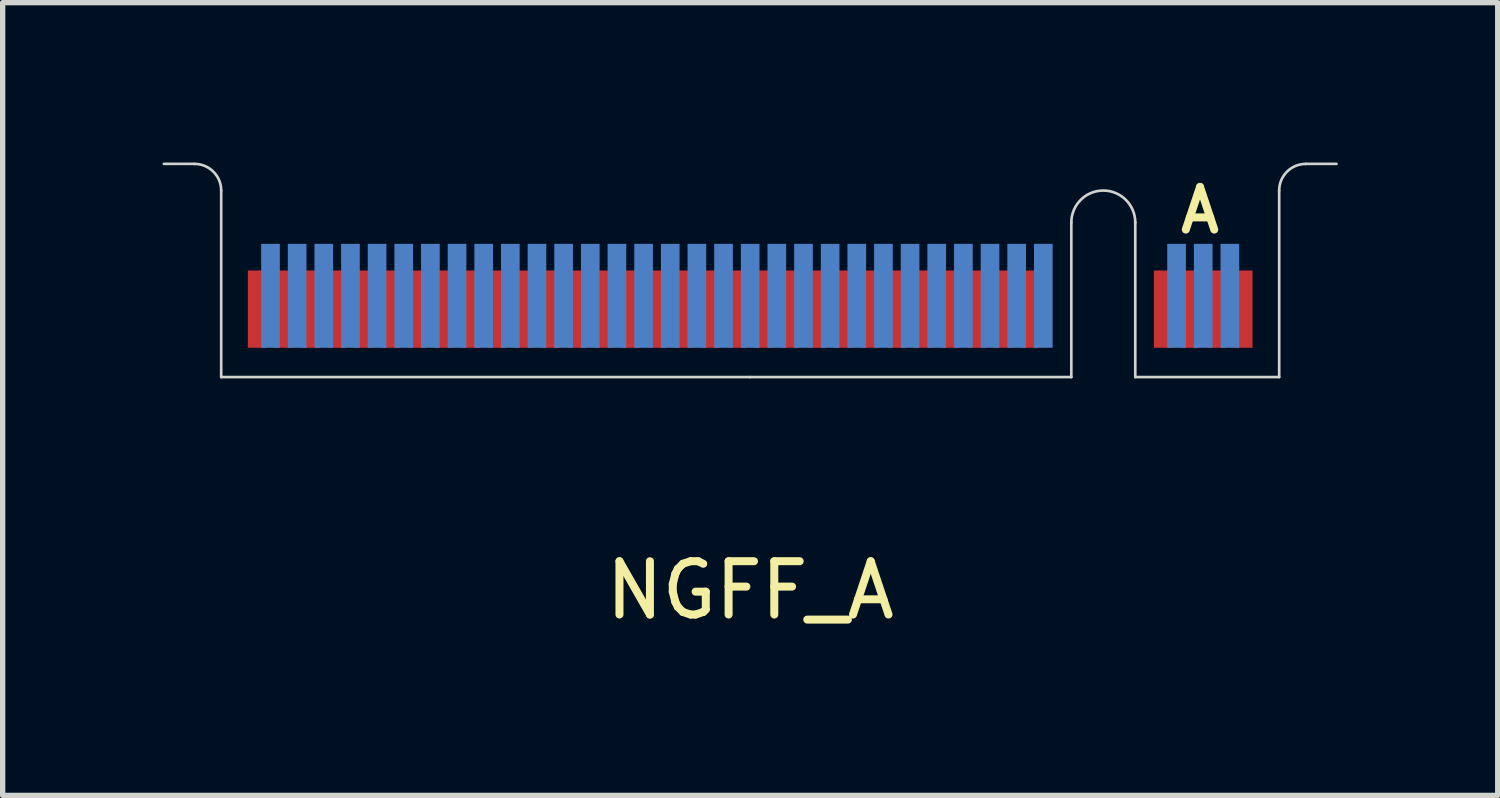
<source format=kicad_pcb>
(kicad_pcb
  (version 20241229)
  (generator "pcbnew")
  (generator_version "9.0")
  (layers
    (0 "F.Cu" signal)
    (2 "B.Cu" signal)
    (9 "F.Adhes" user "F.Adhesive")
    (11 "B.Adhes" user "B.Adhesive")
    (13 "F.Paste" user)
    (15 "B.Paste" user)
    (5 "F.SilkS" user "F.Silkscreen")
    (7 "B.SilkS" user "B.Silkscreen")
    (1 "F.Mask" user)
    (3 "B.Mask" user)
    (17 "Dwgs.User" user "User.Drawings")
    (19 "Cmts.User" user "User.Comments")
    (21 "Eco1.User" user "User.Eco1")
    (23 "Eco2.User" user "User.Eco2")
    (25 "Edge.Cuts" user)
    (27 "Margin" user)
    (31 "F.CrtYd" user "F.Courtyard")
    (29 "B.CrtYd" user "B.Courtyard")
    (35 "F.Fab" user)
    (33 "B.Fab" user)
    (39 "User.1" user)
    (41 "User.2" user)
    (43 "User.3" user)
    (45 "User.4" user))
  (footprint "NGFF_A"
    (layer "F.Cu")
    (at 11.025 4.025)
    (property "Reference" "NGFF_A" (at 0 4 0) (layer "F.SilkS") (effects (font (size 1 1) (thickness 0.15))))
    (attr through_hole)
    (fp_poly (pts (xy -9.925 0) (xy 6.025 0) (xy 6.025 -2) (xy -9.925 -2)) (stroke (width 0.1) (type solid)) (fill yes) (layer "F.Mask"))
    (fp_poly (pts (xy 7.225 0) (xy 9.925 0) (xy 9.925 -2) (xy 7.225 -2)) (stroke (width 0.1) (type solid)) (fill yes) (layer "F.Mask"))
    (fp_poly (pts (xy -9.925 0) (xy 6.025 0) (xy 6.025 -2.5) (xy -9.925 -2.5)) (stroke (width 0.1) (type solid)) (fill yes) (layer "B.Mask"))
    (fp_poly (pts (xy 7.225 0) (xy 9.925 0) (xy 9.925 -2.5) (xy 7.225 -2.5)) (stroke (width 0.1) (type solid)) (fill yes) (layer "B.Mask"))
    (fp_line (start -11 -4) (end -10.425 -4) (stroke (width 0.05) (type solid)) (layer "Edge.Cuts"))
    (fp_line (start -9.925 -3.5) (end -9.925 0) (stroke (width 0.05) (type solid)) (layer "Edge.Cuts"))
    (fp_line (start -9.925 0) (end 0 0) (stroke (width 0.05) (type solid)) (layer "Edge.Cuts"))
    (fp_line (start 0 0) (end 6.025 0) (stroke (width 0.05) (type solid)) (layer "Edge.Cuts"))
    (fp_line (start 6.025 0) (end 6.025 -2.9) (stroke (width 0.05) (type solid)) (layer "Edge.Cuts"))
    (fp_line (start 7.225 -2.9) (end 7.225 0) (stroke (width 0.05) (type solid)) (layer "Edge.Cuts"))
    (fp_line (start 7.225 0) (end 9.925 0) (stroke (width 0.05) (type solid)) (layer "Edge.Cuts"))
    (fp_line (start 9.925 0) (end 9.925 -3.5) (stroke (width 0.05) (type solid)) (layer "Edge.Cuts"))
    (fp_line (start 10.425 -4) (end 11 -4) (stroke (width 0.05) (type solid)) (layer "Edge.Cuts"))
    (fp_arc (start -10.425 -4) (mid -10.071447 -3.853553) (end -9.925 -3.5) (stroke (width 0.05) (type solid)) (layer "Edge.Cuts"))
    (fp_arc (start 6.025 -2.9) (mid 6.625 -3.5) (end 7.225 -2.9) (stroke (width 0.05) (type solid)) (layer "Edge.Cuts"))
    (fp_arc (start 9.925 -3.5) (mid 10.071447 -3.853553) (end 10.425 -4) (stroke (width 0.05) (type solid)) (layer "Edge.Cuts"))
    (fp_text user "A" (at 8.44 -3.13 0) (layer "F.SilkS") (effects (font (size 0.8 0.8) (thickness 0.15))))
    (pad "1" smd rect (at 9.25 -1.275) (size 0.35 1.45) (layers "F.Cu"))
    (pad "2" smd rect (at 9 -1.525) (size 0.35 1.95) (layers "B.Cu"))
    (pad "3" smd rect (at 8.75 -1.275) (size 0.35 1.45) (layers "F.Cu"))
    (pad "4" smd rect (at 8.5 -1.525) (size 0.35 1.95) (layers "B.Cu"))
    (pad "5" smd rect (at 8.25 -1.275) (size 0.35 1.45) (layers "F.Cu"))
    (pad "6" smd rect (at 8 -1.525) (size 0.35 1.95) (layers "B.Cu"))
    (pad "7" smd rect (at 7.75 -1.275) (size 0.35 1.45) (layers "F.Cu"))
    (pad "16" smd rect (at 5.5 -1.525) (size 0.35 1.95) (layers "B.Cu"))
    (pad "17" smd rect (at 5.25 -1.275) (size 0.35 1.45) (layers "F.Cu"))
    (pad "18" smd rect (at 5 -1.525) (size 0.35 1.95) (layers "B.Cu"))
    (pad "19" smd rect (at 4.75 -1.275) (size 0.35 1.45) (layers "F.Cu"))
    (pad "20" smd rect (at 4.5 -1.525) (size 0.35 1.95) (layers "B.Cu"))
    (pad "21" smd rect (at 4.25 -1.275) (size 0.35 1.45) (layers "F.Cu"))
    (pad "22" smd rect (at 4 -1.525) (size 0.35 1.95) (layers "B.Cu"))
    (pad "23" smd rect (at 3.75 -1.275) (size 0.35 1.45) (layers "F.Cu"))
    (pad "24" smd rect (at 3.5 -1.525) (size 0.35 1.95) (layers "B.Cu"))
    (pad "25" smd rect (at 3.25 -1.275) (size 0.35 1.45) (layers "F.Cu"))
    (pad "26" smd rect (at 3 -1.525) (size 0.35 1.95) (layers "B.Cu"))
    (pad "27" smd rect (at 2.75 -1.275) (size 0.35 1.45) (layers "F.Cu"))
    (pad "28" smd rect (at 2.5 -1.525) (size 0.35 1.95) (layers "B.Cu"))
    (pad "29" smd rect (at 2.25 -1.275) (size 0.35 1.45) (layers "F.Cu"))
    (pad "30" smd rect (at 2 -1.525) (size 0.35 1.95) (layers "B.Cu"))
    (pad "31" smd rect (at 1.75 -1.275) (size 0.35 1.45) (layers "F.Cu"))
    (pad "32" smd rect (at 1.5 -1.525) (size 0.35 1.95) (layers "B.Cu"))
    (pad "33" smd rect (at 1.25 -1.275) (size 0.35 1.45) (layers "F.Cu"))
    (pad "34" smd rect (at 1 -1.525) (size 0.35 1.95) (layers "B.Cu"))
    (pad "35" smd rect (at 0.75 -1.275) (size 0.35 1.45) (layers "F.Cu"))
    (pad "36" smd rect (at 0.5 -1.525) (size 0.35 1.95) (layers "B.Cu"))
    (pad "37" smd rect (at 0.25 -1.275) (size 0.35 1.45) (layers "F.Cu"))
    (pad "38" smd rect (at 0 -1.525) (size 0.35 1.95) (layers "B.Cu"))
    (pad "39" smd rect (at -0.25 -1.275) (size 0.35 1.45) (layers "F.Cu"))
    (pad "40" smd rect (at -0.5 -1.525) (size 0.35 1.95) (layers "B.Cu"))
    (pad "41" smd rect (at -0.75 -1.275) (size 0.35 1.45) (layers "F.Cu"))
    (pad "42" smd rect (at -1 -1.525) (size 0.35 1.95) (layers "B.Cu"))
    (pad "43" smd rect (at -1.25 -1.275) (size 0.35 1.45) (layers "F.Cu"))
    (pad "44" smd rect (at -1.5 -1.525) (size 0.35 1.95) (layers "B.Cu"))
    (pad "45" smd rect (at -1.75 -1.275) (size 0.35 1.45) (layers "F.Cu"))
    (pad "46" smd rect (at -2 -1.525) (size 0.35 1.95) (layers "B.Cu"))
    (pad "47" smd rect (at -2.25 -1.275) (size 0.35 1.45) (layers "F.Cu"))
    (pad "48" smd rect (at -2.5 -1.525) (size 0.35 1.95) (layers "B.Cu"))
    (pad "49" smd rect (at -2.75 -1.275) (size 0.35 1.45) (layers "F.Cu"))
    (pad "50" smd rect (at -3 -1.525) (size 0.35 1.95) (layers "B.Cu"))
    (pad "51" smd rect (at -3.25 -1.275) (size 0.35 1.45) (layers "F.Cu"))
    (pad "52" smd rect (at -3.5 -1.525) (size 0.35 1.95) (layers "B.Cu"))
    (pad "53" smd rect (at -3.75 -1.275) (size 0.35 1.45) (layers "F.Cu"))
    (pad "54" smd rect (at -4 -1.525) (size 0.35 1.95) (layers "B.Cu"))
    (pad "55" smd rect (at -4.25 -1.275) (size 0.35 1.45) (layers "F.Cu"))
    (pad "56" smd rect (at -4.5 -1.525) (size 0.35 1.95) (layers "B.Cu"))
    (pad "57" smd rect (at -4.75 -1.275) (size 0.35 1.45) (layers "F.Cu"))
    (pad "58" smd rect (at -5 -1.525) (size 0.35 1.95) (layers "B.Cu"))
    (pad "59" smd rect (at -5.25 -1.275) (size 0.35 1.45) (layers "F.Cu"))
    (pad "60" smd rect (at -5.5 -1.525) (size 0.35 1.95) (layers "B.Cu"))
    (pad "61" smd rect (at -5.75 -1.275) (size 0.35 1.45) (layers "F.Cu"))
    (pad "62" smd rect (at -6 -1.525) (size 0.35 1.95) (layers "B.Cu"))
    (pad "63" smd rect (at -6.25 -1.275) (size 0.35 1.45) (layers "F.Cu"))
    (pad "64" smd rect (at -6.5 -1.525) (size 0.35 1.95) (layers "B.Cu"))
    (pad "65" smd rect (at -6.75 -1.275) (size 0.35 1.45) (layers "F.Cu"))
    (pad "66" smd rect (at -7 -1.525) (size 0.35 1.95) (layers "B.Cu"))
    (pad "67" smd rect (at -7.25 -1.275) (size 0.35 1.45) (layers "F.Cu"))
    (pad "68" smd rect (at -7.5 -1.525) (size 0.35 1.95) (layers "B.Cu"))
    (pad "69" smd rect (at -7.75 -1.275) (size 0.35 1.45) (layers "F.Cu"))
    (pad "70" smd rect (at -8 -1.525) (size 0.35 1.95) (layers "B.Cu"))
    (pad "71" smd rect (at -8.25 -1.275) (size 0.35 1.45) (layers "F.Cu"))
    (pad "72" smd rect (at -8.5 -1.525) (size 0.35 1.95) (layers "B.Cu"))
    (pad "73" smd rect (at -8.75 -1.275) (size 0.35 1.45) (layers "F.Cu"))
    (pad "74" smd rect (at -9 -1.525) (size 0.35 1.95) (layers "B.Cu"))
    (pad "75" smd rect (at -9.25 -1.275) (size 0.35 1.45) (layers "F.Cu")))
  (gr_rect
    (start -3 -3)
    (end 25.05 11.873)
    (stroke (width 0.1) (type default))
    (fill no)
    (layer "Edge.Cuts")))
</source>
